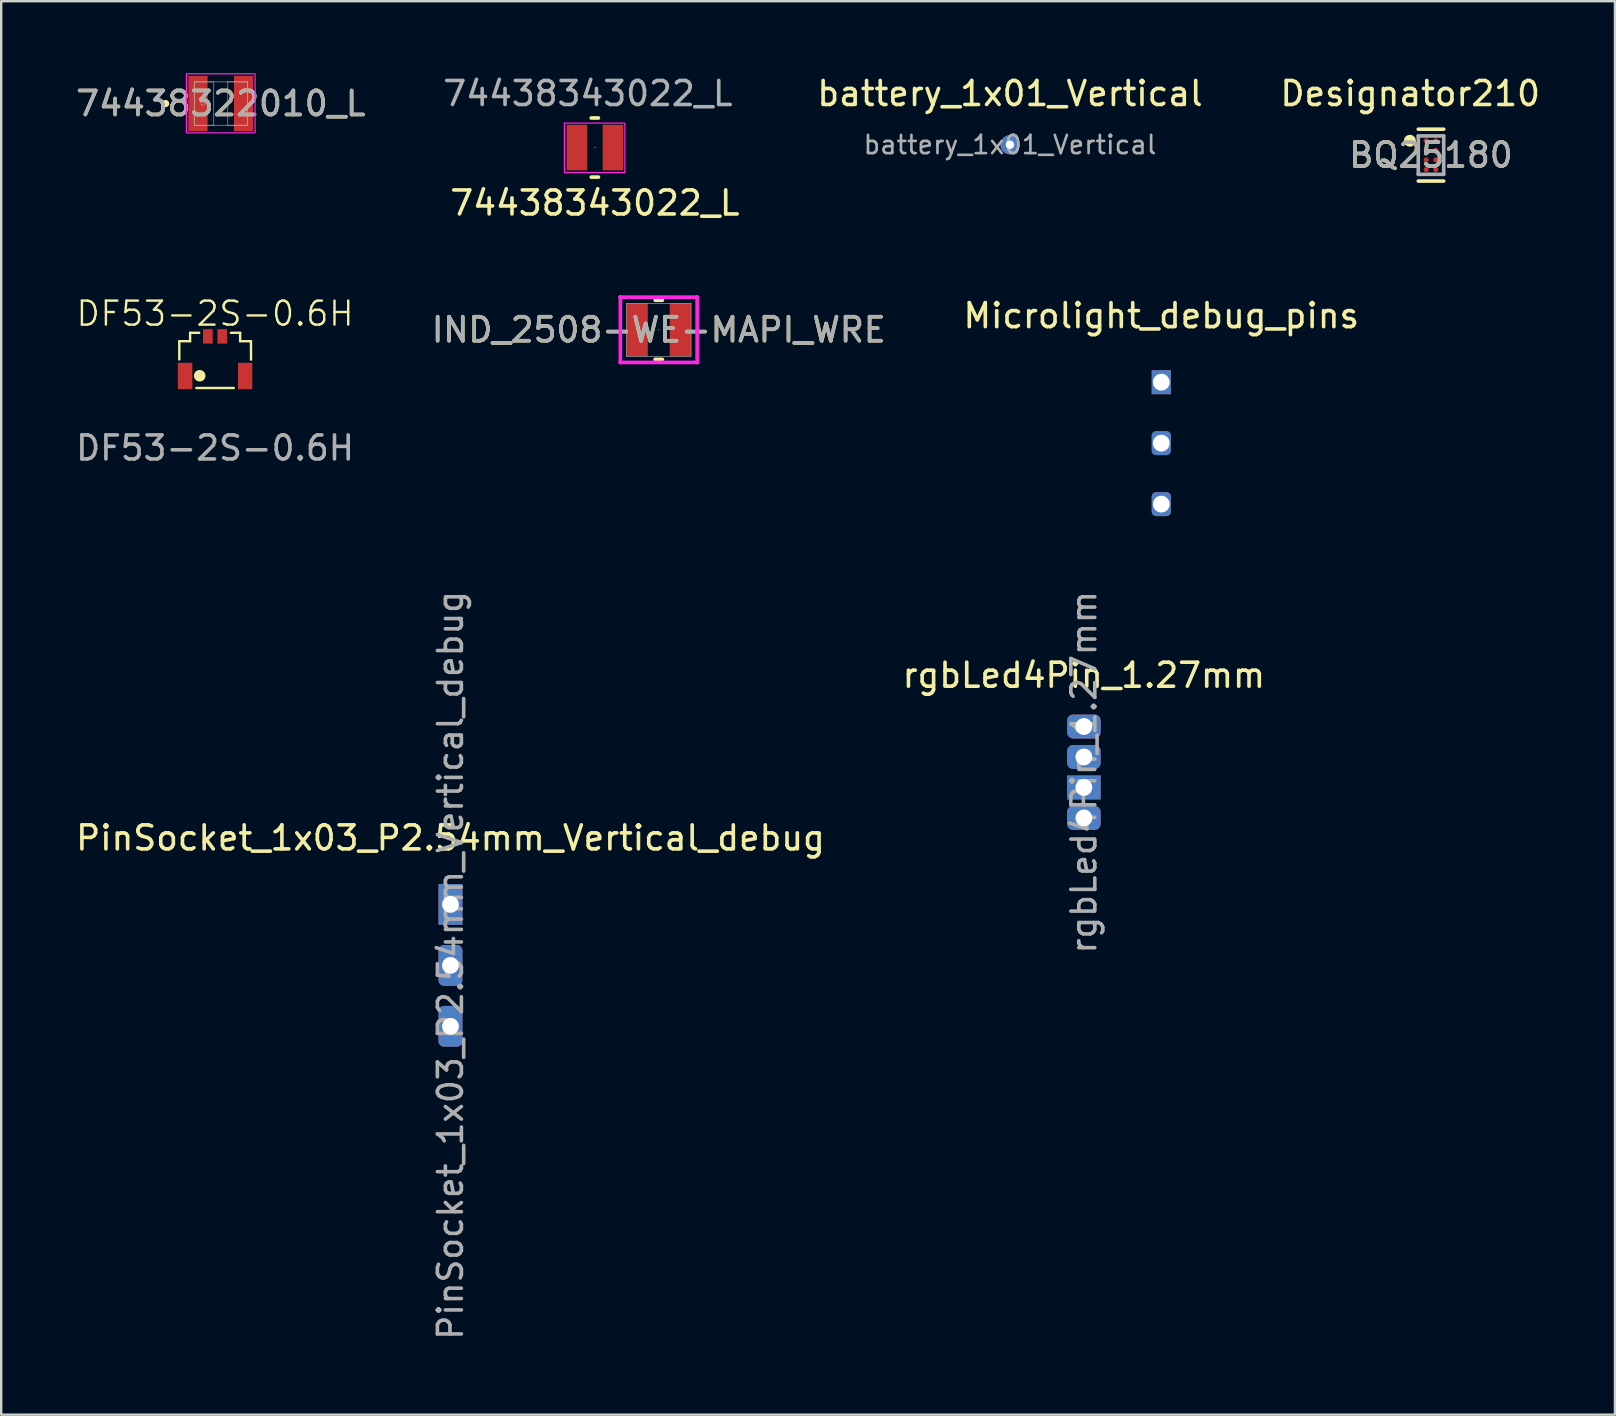
<source format=kicad_pcb>
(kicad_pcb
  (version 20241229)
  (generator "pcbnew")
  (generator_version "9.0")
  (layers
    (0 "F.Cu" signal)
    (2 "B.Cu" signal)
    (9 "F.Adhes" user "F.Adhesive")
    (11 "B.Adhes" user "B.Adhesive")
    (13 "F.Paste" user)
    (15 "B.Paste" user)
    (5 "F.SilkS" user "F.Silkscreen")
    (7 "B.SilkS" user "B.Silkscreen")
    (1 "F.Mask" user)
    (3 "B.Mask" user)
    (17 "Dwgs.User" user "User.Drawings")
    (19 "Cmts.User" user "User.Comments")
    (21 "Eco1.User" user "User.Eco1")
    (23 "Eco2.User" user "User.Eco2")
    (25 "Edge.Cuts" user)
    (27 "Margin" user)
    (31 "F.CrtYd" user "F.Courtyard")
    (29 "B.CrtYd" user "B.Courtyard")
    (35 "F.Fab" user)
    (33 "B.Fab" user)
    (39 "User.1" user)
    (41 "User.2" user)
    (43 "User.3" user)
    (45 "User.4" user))
  (footprint "BQ25180"
    (layer "F.Cu")
    (at 56.576 3.414)
    (property "Reference" "BQ25180" (at 0 0 0) (unlocked yes) (layer "F.SilkS") (effects (font (size 1 1) (thickness 0.15))))
    (attr smd)
    (fp_line (start -0.53 -1.081) (end 0.53 -1.081) (stroke (width 0.15) (type solid)) (layer "F.SilkS"))
    (fp_line (start -0.53 1.081) (end 0.53 1.081) (stroke (width 0.15) (type solid)) (layer "F.SilkS"))
    (fp_circle (center -0.879 -0.6) (end -0.754 -0.6) (stroke (width 0.25) (type solid)) (fill no) (layer "F.SilkS"))
    (fp_line (start -0.53 -0.8) (end 0.53 -0.8) (stroke (width 0.15) (type solid)) (layer "F.Fab"))
    (fp_line (start -0.53 0.8) (end -0.53 -0.8) (stroke (width 0.15) (type solid)) (layer "F.Fab"))
    (fp_line (start -0.53 0.8) (end 0.53 0.8) (stroke (width 0.15) (type solid)) (layer "F.Fab"))
    (fp_line (start 0.53 0.8) (end 0.53 -0.8) (stroke (width 0.15) (type solid)) (layer "F.Fab"))
    (fp_text user "Designator210" (at -0.864 -2.565 0) (unlocked yes) (layer "F.SilkS") (effects (font (size 1 1) (thickness 0.15))))
    (fp_text user "${REFERENCE}" (at 0 0 0) (unlocked yes) (layer "F.Fab") (effects (font (size 1 1) (thickness 0.15))))
    (pad "1" smd circle (at -0.2 -0.6) (size 0.212 0.212) (layers "F.Cu" "F.Mask" "F.Paste"))
    (pad "2" smd circle (at 0.2 -0.6) (size 0.212 0.212) (layers "F.Cu" "F.Mask" "F.Paste"))
    (pad "3" smd circle (at -0.2 -0.2) (size 0.212 0.212) (layers "F.Cu" "F.Mask" "F.Paste"))
    (pad "4" smd circle (at 0.2 -0.2) (size 0.212 0.212) (layers "F.Cu" "F.Mask" "F.Paste"))
    (pad "5" smd circle (at -0.2 0.2) (size 0.212 0.212) (layers "F.Cu" "F.Mask" "F.Paste"))
    (pad "6" smd circle (at 0.2 0.2) (size 0.212 0.212) (layers "F.Cu" "F.Mask" "F.Paste"))
    (pad "7" smd circle (at -0.2 0.6) (size 0.212 0.212) (layers "F.Cu" "F.Mask" "F.Paste"))
    (pad "8" smd circle (at 0.2 0.6) (size 0.212 0.212) (layers "F.Cu" "F.Mask" "F.Paste")))
  (footprint "74438343022_L"
    (layer "F.Cu")
    (at 21.736 3.098)
    (property "Reference" "74438343022_L" (at 0 2.31 0) (unlocked yes) (layer "F.SilkS") (effects (font (size 1 1) (thickness 0.15))))
    (attr smd)
    (fp_line (start -0.15 1.232) (end 0.15 1.232) (stroke (width 0.152) (type solid)) (layer "F.SilkS"))
    (fp_line (start 0.15 -1.232) (end -0.15 -1.232) (stroke (width 0.152) (type solid)) (layer "F.SilkS"))
    (fp_rect (start -1.27 -1.02) (end 1.25 1.04) (stroke (width 0.05) (type default)) (fill no) (layer "F.CrtYd"))
    (fp_circle (center 0 0) (end 0 0) (stroke (width 0.025) (type solid)) (fill no) (layer "F.Fab"))
    (fp_text user "${REFERENCE}" (at -0.29 -2.25 0) (unlocked yes) (layer "F.Fab") (effects (font (size 1 1) (thickness 0.15))))
    (pad "1" smd rect (at -0.75 0) (size 0.85 1.9) (layers "F.Cu" "F.Mask" "F.Paste"))
    (pad "2" smd rect (at 0.75 0) (size 0.85 1.9) (layers "F.Cu" "F.Mask" "F.Paste")))
  (footprint "IND_2508-WE-MAPI_WRE"
    (layer "F.Cu")
    (at 24.399 10.692)
    (property "Reference" "IND_2508-WE-MAPI_WRE" (at 0 0 0) (unlocked yes) (layer "F.SilkS") (effects (font (size 1 1) (thickness 0.15))))
    (attr smd)
    (fp_line (start -0.15 1.232) (end 0.15 1.232) (stroke (width 0.152) (type solid)) (layer "F.SilkS"))
    (fp_line (start 0.15 -1.232) (end -0.15 -1.232) (stroke (width 0.152) (type solid)) (layer "F.SilkS"))
    (fp_line (start -1.6 -1.359) (end -1.6 -1.359) (stroke (width 0.152) (type solid)) (layer "F.CrtYd"))
    (fp_line (start -1.6 -1.359) (end -1.6 -1.359) (stroke (width 0.152) (type solid)) (layer "F.CrtYd"))
    (fp_line (start -1.6 -1.359) (end 1.6 -1.359) (stroke (width 0.152) (type solid)) (layer "F.CrtYd"))
    (fp_line (start -1.6 1.359) (end -1.6 -1.359) (stroke (width 0.152) (type solid)) (layer "F.CrtYd"))
    (fp_line (start -1.6 1.359) (end -1.6 1.359) (stroke (width 0.152) (type solid)) (layer "F.CrtYd"))
    (fp_line (start -1.6 1.359) (end -1.6 1.359) (stroke (width 0.152) (type solid)) (layer "F.CrtYd"))
    (fp_line (start 1.6 -1.359) (end 1.6 -1.359) (stroke (width 0.152) (type solid)) (layer "F.CrtYd"))
    (fp_line (start 1.6 -1.359) (end 1.6 -1.359) (stroke (width 0.152) (type solid)) (layer "F.CrtYd"))
    (fp_line (start 1.6 -1.359) (end 1.6 1.359) (stroke (width 0.152) (type solid)) (layer "F.CrtYd"))
    (fp_line (start 1.6 1.359) (end -1.6 1.359) (stroke (width 0.152) (type solid)) (layer "F.CrtYd"))
    (fp_line (start 1.6 1.359) (end 1.6 1.359) (stroke (width 0.152) (type solid)) (layer "F.CrtYd"))
    (fp_line (start 1.6 1.359) (end 1.6 1.359) (stroke (width 0.152) (type solid)) (layer "F.CrtYd"))
    (fp_line (start -1.346 -1.105) (end -1.346 1.105) (stroke (width 0.025) (type solid)) (layer "F.Fab"))
    (fp_line (start -1.346 1.105) (end 1.346 1.105) (stroke (width 0.025) (type solid)) (layer "F.Fab"))
    (fp_line (start 1.346 -1.105) (end -1.346 -1.105) (stroke (width 0.025) (type solid)) (layer "F.Fab"))
    (fp_line (start 1.346 1.105) (end 1.346 -1.105) (stroke (width 0.025) (type solid)) (layer "F.Fab"))
    (fp_circle (center 0 0) (end 0 0) (stroke (width 0.025) (type solid)) (fill no) (layer "F.Fab"))
    (fp_text user "${REFERENCE}" (at 0 0 0) (unlocked yes) (layer "F.Fab") (effects (font (size 1 1) (thickness 0.15))))
    (pad "1" smd rect (at -0.902 0) (size 0.889 2.21) (layers "F.Cu" "F.Mask" "F.Paste"))
    (pad "2" smd rect (at 0.902 0) (size 0.889 2.21) (layers "F.Cu" "F.Mask" "F.Paste")))
  (footprint "74438322010_L"
    (layer "F.Cu")
    (at 6.149 1.265)
    (property "Reference" "74438322010_L" (at 0 0 0) (unlocked yes) (layer "F.SilkS") (effects (font (size 1 1) (thickness 0.15))))
    (attr smd)
    (fp_circle (center -2.299 0) (end -2.223 0) (stroke (width 0.152) (type solid)) (fill no) (layer "F.SilkS"))
    (fp_rect (start -1.43 -1.24) (end 1.43 1.22) (stroke (width 0.05) (type default)) (fill no) (layer "F.CrtYd"))
    (fp_line (start -1.105 -0.902) (end -1.105 0.902) (stroke (width 0.025) (type solid)) (layer "F.Fab"))
    (fp_line (start -1.105 -0.902) (end -1.105 0.902) (stroke (width 0.025) (type solid)) (layer "F.Fab"))
    (fp_line (start -1.105 0.902) (end -0.292 0.902) (stroke (width 0.025) (type solid)) (layer "F.Fab"))
    (fp_line (start -1.105 0.902) (end 1.105 0.902) (stroke (width 0.025) (type solid)) (layer "F.Fab"))
    (fp_line (start -0.292 -0.902) (end -1.105 -0.902) (stroke (width 0.025) (type solid)) (layer "F.Fab"))
    (fp_line (start -0.292 0.902) (end -0.292 -0.902) (stroke (width 0.025) (type solid)) (layer "F.Fab"))
    (fp_line (start 0.292 -0.902) (end 0.292 0.902) (stroke (width 0.025) (type solid)) (layer "F.Fab"))
    (fp_line (start 0.292 0.902) (end 1.105 0.902) (stroke (width 0.025) (type solid)) (layer "F.Fab"))
    (fp_line (start 1.105 -0.902) (end -1.105 -0.902) (stroke (width 0.025) (type solid)) (layer "F.Fab"))
    (fp_line (start 1.105 -0.902) (end 0.292 -0.902) (stroke (width 0.025) (type solid)) (layer "F.Fab"))
    (fp_line (start 1.105 0.902) (end 1.105 -0.902) (stroke (width 0.025) (type solid)) (layer "F.Fab"))
    (fp_line (start 1.105 0.902) (end 1.105 -0.902) (stroke (width 0.025) (type solid)) (layer "F.Fab"))
    (fp_circle (center -0.749 0) (end -0.673 0) (stroke (width 0.025) (type solid)) (fill no) (layer "F.Fab"))
    (fp_text user "${REFERENCE}" (at 0 0 0) (unlocked yes) (layer "F.Fab") (effects (font (size 1 1) (thickness 0.15))))
    (pad "1" smd rect (at -0.95 0) (size 0.8 2.3) (layers "F.Cu" "F.Mask" "F.Paste"))
    (pad "2" smd rect (at 0.95 0) (size 0.8 2.3) (layers "F.Cu" "F.Mask" "F.Paste"))
    (zone (net_name "") (layer "F.Cu") (hatch full 0.508) (connect_pads) (min_thickness 0.254) (filled_areas_thickness no) (keepout (tracks not_allowed) (vias not_allowed) (pads allowed) (copperpour not_allowed) (footprints allowed)) (placement (enabled no)) (fill) (polygon (pts (xy 5.908 0.414) (xy 6.39 0.414) (xy 6.39 2.116) (xy 5.908 2.116)))))
  (footprint "rgbLed4Pin_1.27mm"
    (layer "F.Cu")
    (at 42.113 27.222)
    (property "Reference" "rgbLed4Pin_1.27mm" (at 0 -2.135 0) (layer "F.SilkS") (effects (font (size 1 1) (thickness 0.15))))
    (attr through_hole)
    (fp_text user "${REFERENCE}" (at 0 1.905 90) (layer "F.Fab") (effects (font (size 1 1) (thickness 0.15))))
    (pad "1" thru_hole roundrect (at 0 0) (size 1.4 1) (drill 0.7) (layers "*.Cu" "*.Mask") (roundrect_rratio 0.25))
    (pad "2" thru_hole roundrect (at 0 1.27) (size 1.4 1) (drill 0.7) (layers "*.Cu" "*.Mask") (roundrect_rratio 0.25))
    (pad "3" thru_hole rect (at 0 2.54) (size 1.4 1) (drill 0.7) (layers "*.Cu" "*.Mask"))
    (pad "4" thru_hole roundrect (at 0 3.81) (size 1.4 1) (drill 0.7) (layers "*.Cu" "*.Mask") (roundrect_rratio 0.25)))
  (footprint "battery_1x01_Vertical"
    (layer "F.Cu")
    (at 39.034 2.983)
    (property "Reference" "battery_1x01_Vertical" (at 0 -2.135 0) (layer "F.SilkS") (effects (font (size 1 1) (thickness 0.15))))
    (attr through_hole)
    (fp_text user "${REFERENCE}" (at 0 0 0) (layer "F.Fab") (effects (font (size 0.76 0.76) (thickness 0.11))))
    (pad "1" thru_hole circle (at 0 0) (size 0.8 0.8) (drill 0.35) (layers "*.Cu" "*.Mask")))
  (footprint "Microlight_debug_pins"
    (layer "F.Cu")
    (at 45.339 12.875)
    (property "Reference" "Microlight_debug_pins" (at 0 -2.77 0) (layer "F.SilkS") (effects (font (size 1 1) (thickness 0.15))))
    (attr through_hole)
    (pad "1" thru_hole rect (at 0 0) (size 0.8 1) (drill 0.7) (layers "*.Cu" "*.Mask"))
    (pad "2" thru_hole roundrect (at 0 2.54) (size 0.8 1) (drill 0.7) (layers "*.Cu" "*.Mask") (roundrect_rratio 0.227))
    (pad "3" thru_hole roundrect (at 0 5.08) (size 0.8 1) (drill 0.7) (layers "*.Cu" "*.Mask") (roundrect_rratio 0.227)))
  (footprint "PinSocket_1x03_P2.54mm_Vertical_debug"
    (layer "F.Cu")
    (at 15.72 34.635)
    (property "Reference" "PinSocket_1x03_P2.54mm_Vertical_debug" (at 0 -2.77 0) (layer "F.SilkS") (effects (font (size 1 1) (thickness 0.15))))
    (attr through_hole)
    (fp_text user "${REFERENCE}" (at 0 2.54 270) (layer "F.Fab") (effects (font (size 1 1) (thickness 0.15))))
    (pad "1" thru_hole rect (at 0 0) (size 1 1.7) (drill 0.7) (layers "*.Cu" "*.Mask"))
    (pad "2" thru_hole roundrect (at 0 2.54) (size 1 1.7) (drill 0.7) (layers "*.Cu" "*.Mask") (roundrect_rratio 0.227))
    (pad "3" thru_hole roundrect (at 0 5.08) (size 1 1.7) (drill 0.7) (layers "*.Cu" "*.Mask") (roundrect_rratio 0.227)))
  (footprint "DF53-2S-0.6H"
    (layer "F.Cu")
    (at 5.911 12.017)
    (property "Reference" "DF53-2S-0.6H" (at 0 -2 0) (unlocked yes) (layer "F.SilkS") (effects (font (size 1 1) (thickness 0.1))))
    (attr through_hole)
    (fp_line (start -1.49 -0.85) (end -1.49 -0.09) (stroke (width 0.1) (type default)) (layer "F.SilkS"))
    (fp_line (start -1.49 -0.85) (end -1.04 -0.85) (stroke (width 0.1) (type default)) (layer "F.SilkS"))
    (fp_line (start -1.04 -1.2) (end -0.66 -1.2) (stroke (width 0.1) (type default)) (layer "F.SilkS"))
    (fp_line (start -1.04 -0.85) (end -1.04 -1.2) (stroke (width 0.1) (type default)) (layer "F.SilkS"))
    (fp_line (start -0.78 1.1) (end 0.78 1.1) (stroke (width 0.1) (type default)) (layer "F.SilkS"))
    (fp_line (start 1.045 -1.2) (end 0.66 -1.2) (stroke (width 0.1) (type default)) (layer "F.SilkS"))
    (fp_line (start 1.045 -0.85) (end 1.045 -1.2) (stroke (width 0.1) (type default)) (layer "F.SilkS"))
    (fp_line (start 1.495 -0.85) (end 1.045 -0.85) (stroke (width 0.1) (type default)) (layer "F.SilkS"))
    (fp_line (start 1.5 -0.08) (end 1.495 -0.85) (stroke (width 0.1) (type default)) (layer "F.SilkS"))
    (fp_circle (center -0.64 0.59) (end -0.83 0.6) (stroke (width 0.1) (type solid)) (fill yes) (layer "F.SilkS"))
    (fp_text user "${REFERENCE}" (at 0 3.6 0) (unlocked yes) (layer "F.Fab") (effects (font (size 1 1) (thickness 0.15))))
    (pad "1" smd rect (at -0.3 -1.05) (size 0.4 0.6) (layers "F.Cu" "F.Mask" "F.Paste"))
    (pad "2" smd rect (at 0.3 -1.05) (size 0.4 0.6) (layers "F.Cu" "F.Mask" "F.Paste"))
    (pad "3" smd rect (at 1.252 0.6) (size 0.595 1.1) (layers "F.Cu" "F.Mask" "F.Paste"))
    (pad "4" smd rect (at -1.248 0.6) (size 0.605 1.1) (layers "F.Cu" "F.Mask" "F.Paste")))
  (gr_rect
    (start -3 -3)
    (end 64.242 55.895)
    (stroke (width 0.1) (type default))
    (fill no)
    (layer "Edge.Cuts")))
</source>
